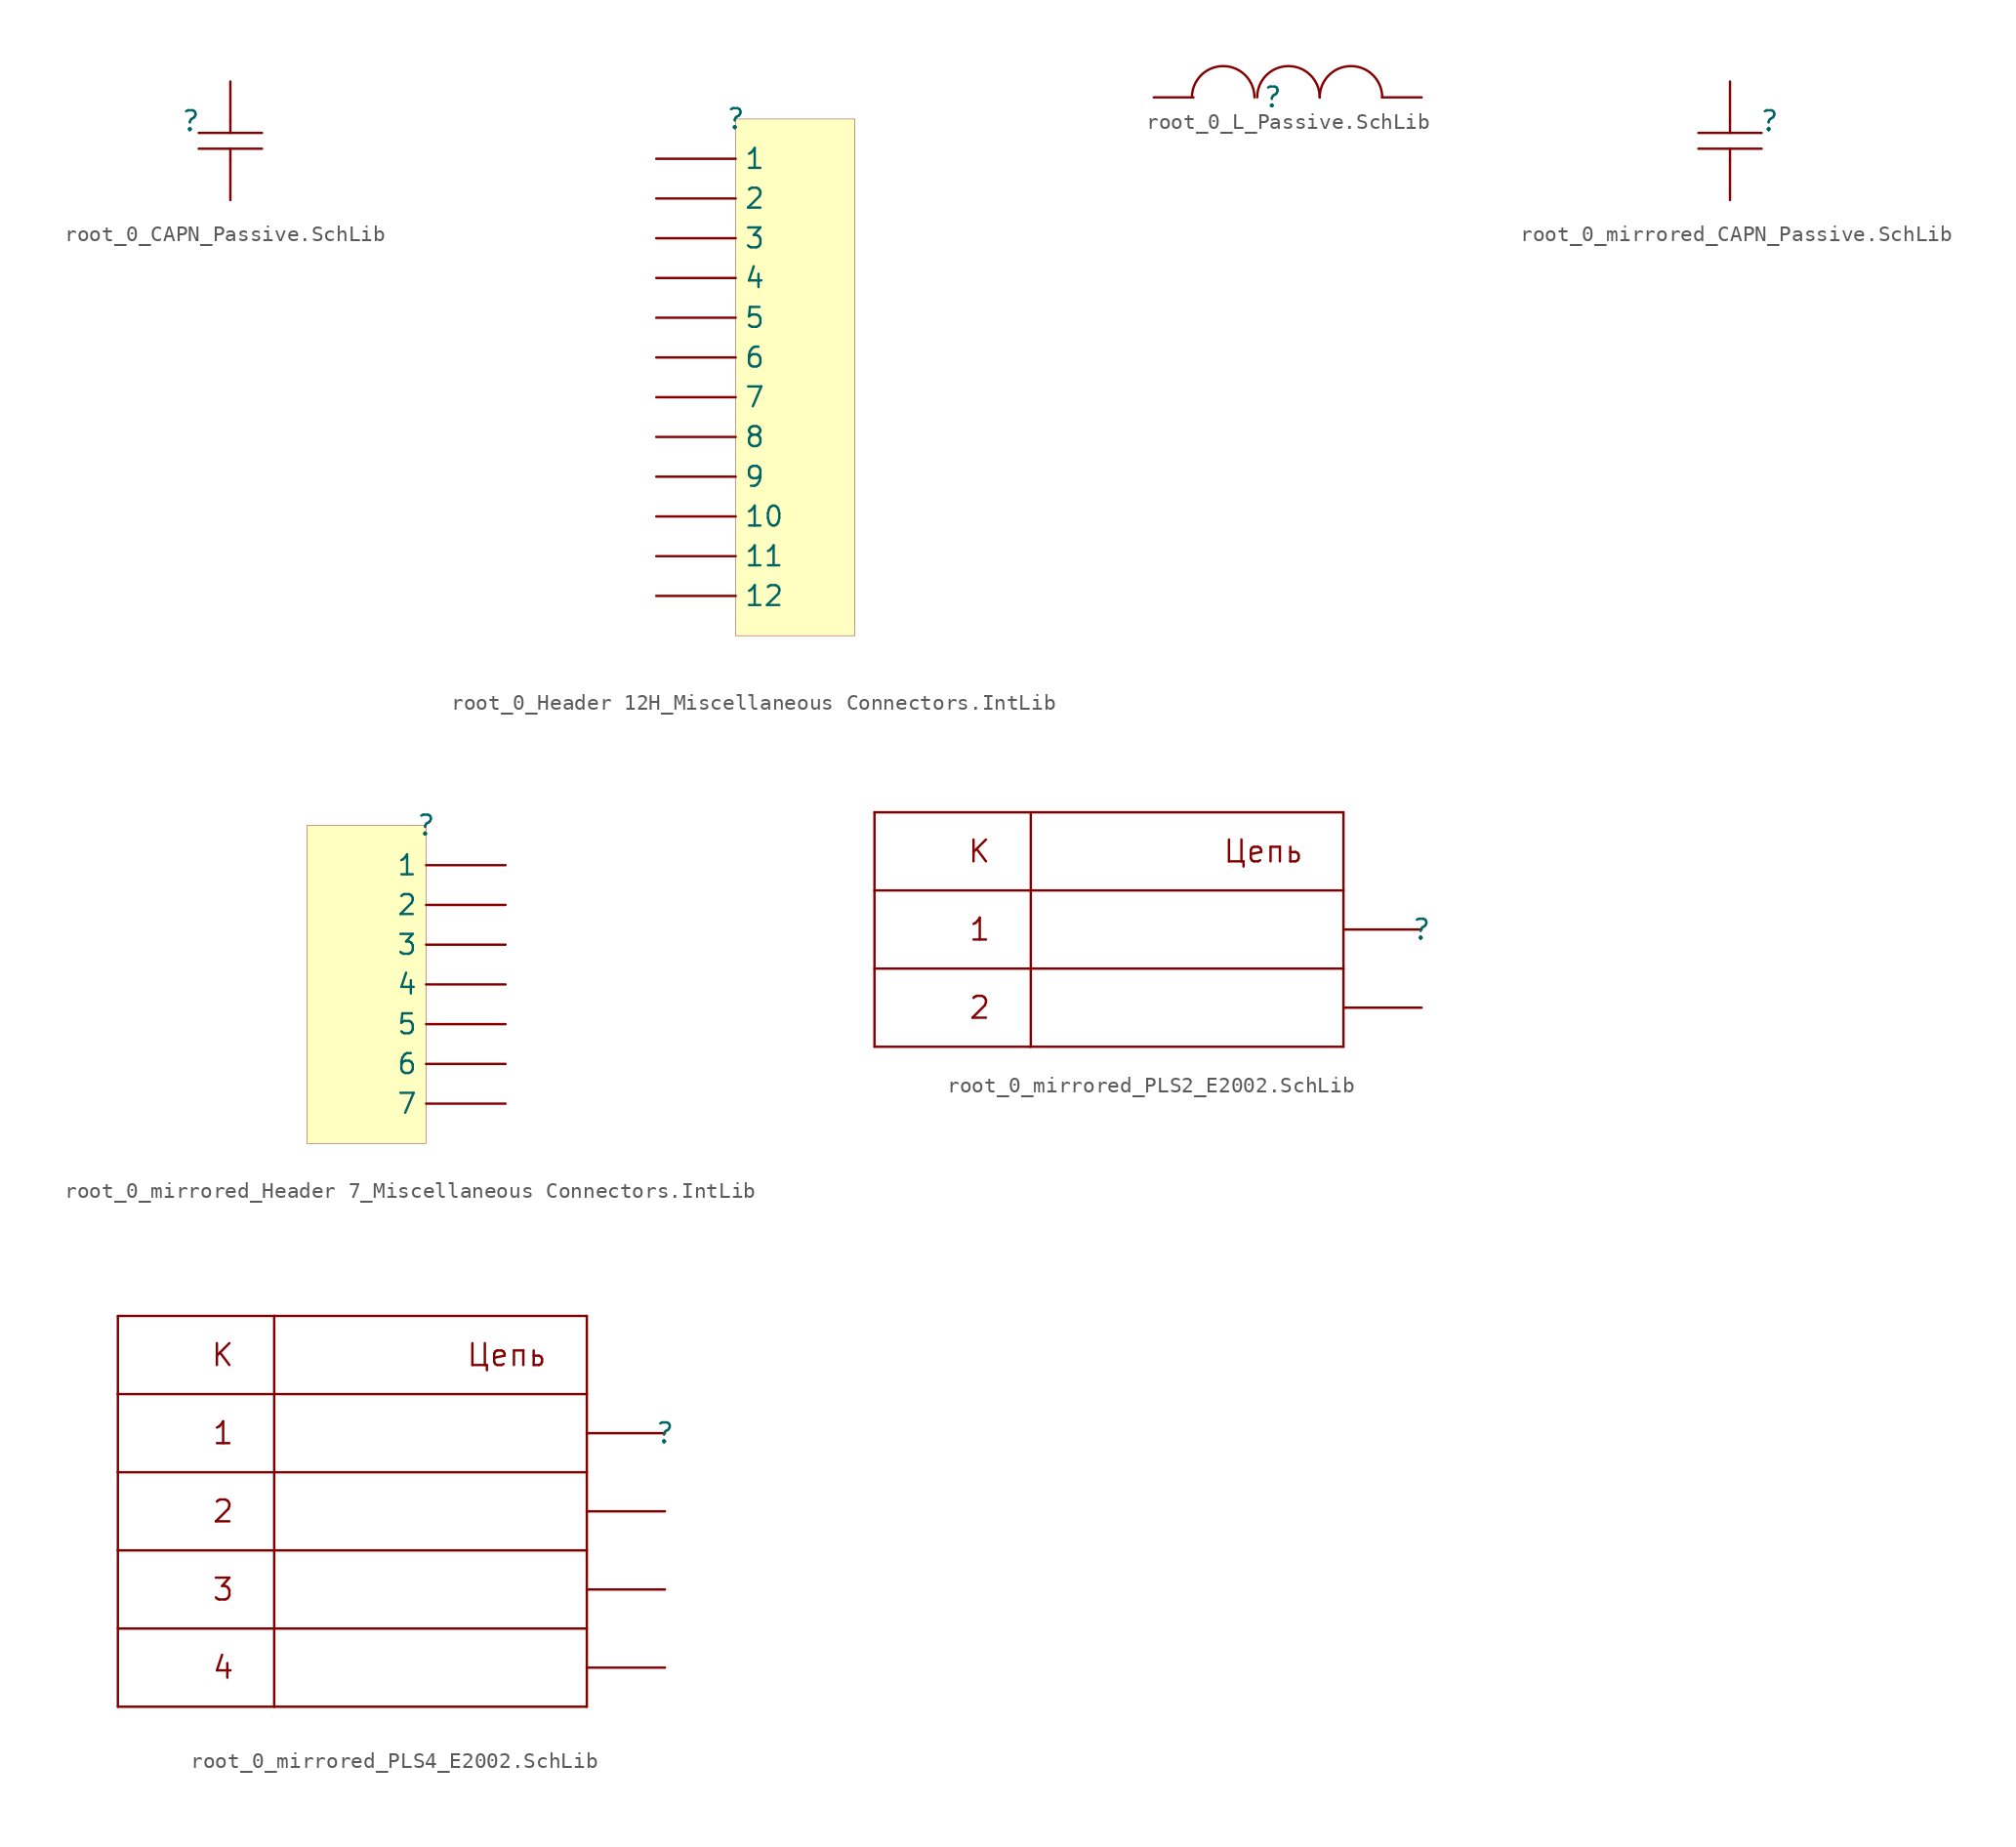
<source format=kicad_sym>
(kicad_symbol_lib
  (version 20241209)
  (generator "kicad_symbol_editor")
  (generator_version "9.0")
  (symbol "root_0_CAPN_Passive.SchLib"
    (pin_numbers
      (hide yes))
    (pin_names
      (hide yes))
    (property "Reference" ""
      (at 0 0 0)
      (effects (font (size 1.27 1.27))))
    (property "Value" ""
      (at 0 0 0)
      (effects (font (size 1.27 1.27))))
    (symbol "root_0_CAPN_Passive.SchLib_1_0"
      (polyline (pts (xy 2.54 0) (xy 2.54 -0.762)) (stroke (width 0) (type solid)) (fill (type none)))
      (polyline (pts (xy 2.54 -2.54) (xy 2.54 -1.778)) (stroke (width 0) (type solid)) (fill (type none)))
      (polyline (pts (xy 4.572 -0.762) (xy 0.508 -0.762)) (stroke (width 0) (type solid)) (fill (type none)))
      (polyline (pts (xy 4.572 -1.778) (xy 0.508 -1.778)) (stroke (width 0) (type solid)) (fill (type none)))
      (pin passive line (at 2.54 2.54 270) (length 2.54) (name "1" (effects (font (size 1.27 1.27)))) (number "1" (effects (font (size 1.27 1.27)))))
      (pin passive line (at 2.54 -5.08 90) (length 2.54) (name "2" (effects (font (size 1.27 1.27)))) (number "2" (effects (font (size 1.27 1.27)))))))
  (symbol "root_0_Header 12H_Miscellaneous Connectors.IntLib"
    (pin_numbers
      (hide yes))
    (property "Reference" ""
      (at 0 0 0)
      (effects (font (size 1.27 1.27))))
    (property "Value" ""
      (at 0 0 0)
      (effects (font (size 1.27 1.27))))
    (symbol "root_0_Header 12H_Miscellaneous Connectors.IntLib_1_0"
      (rectangle (start 7.62 0) (end 0 -33.02) (stroke (width 0.025) (type solid) (color 128 0 0 1)) (fill (type background)))
      (pin passive line (at -5.08 -2.54 0) (length 5.08) (name "1" (effects (font (size 1.27 1.27)))) (number "1" (effects (font (size 1.27 1.27)))))
      (pin passive line (at -5.08 -5.08 0) (length 5.08) (name "2" (effects (font (size 1.27 1.27)))) (number "2" (effects (font (size 1.27 1.27)))))
      (pin passive line (at -5.08 -7.62 0) (length 5.08) (name "3" (effects (font (size 1.27 1.27)))) (number "3" (effects (font (size 1.27 1.27)))))
      (pin passive line (at -5.08 -10.16 0) (length 5.08) (name "4" (effects (font (size 1.27 1.27)))) (number "4" (effects (font (size 1.27 1.27)))))
      (pin passive line (at -5.08 -12.7 0) (length 5.08) (name "5" (effects (font (size 1.27 1.27)))) (number "5" (effects (font (size 1.27 1.27)))))
      (pin passive line (at -5.08 -15.24 0) (length 5.08) (name "6" (effects (font (size 1.27 1.27)))) (number "6" (effects (font (size 1.27 1.27)))))
      (pin passive line (at -5.08 -17.78 0) (length 5.08) (name "7" (effects (font (size 1.27 1.27)))) (number "7" (effects (font (size 1.27 1.27)))))
      (pin passive line (at -5.08 -20.32 0) (length 5.08) (name "8" (effects (font (size 1.27 1.27)))) (number "8" (effects (font (size 1.27 1.27)))))
      (pin passive line (at -5.08 -22.86 0) (length 5.08) (name "9" (effects (font (size 1.27 1.27)))) (number "9" (effects (font (size 1.27 1.27)))))
      (pin passive line (at -5.08 -25.4 0) (length 5.08) (name "10" (effects (font (size 1.27 1.27)))) (number "10" (effects (font (size 1.27 1.27)))))
      (pin passive line (at -5.08 -27.94 0) (length 5.08) (name "11" (effects (font (size 1.27 1.27)))) (number "11" (effects (font (size 1.27 1.27)))))
      (pin passive line (at -5.08 -30.48 0) (length 5.08) (name "12" (effects (font (size 1.27 1.27)))) (number "12" (effects (font (size 1.27 1.27)))))))
  (symbol "root_0_L_Passive.SchLib"
    (pin_numbers
      (hide yes))
    (pin_names
      (hide yes))
    (property "Reference" ""
      (at 0 0 0)
      (effects (font (size 1.27 1.27))))
    (property "Value" ""
      (at 0 0 0)
      (effects (font (size 1.27 1.27))))
    (symbol "root_0_L_Passive.SchLib_1_0"
      (arc (start -5.175 0) (mid -3.175 2) (end -1.175 0) (stroke (width 0) (type solid)) (fill (type none)))
      (arc (start -1 0) (mid 1 2) (end 3 0) (stroke (width 0) (type solid)) (fill (type none)))
      (arc (start 3 0) (mid 5 2) (end 7 0) (stroke (width 0) (type solid)) (fill (type none)))
      (pin passive line (at -7.62 0 0) (length 2.54) (name "1" (effects (font (size 1.27 1.27)))) (number "1" (effects (font (size 1.27 1.27)))))
      (pin passive line (at 9.525 0 180) (length 2.54) (name "2" (effects (font (size 1.27 1.27)))) (number "2" (effects (font (size 1.27 1.27)))))))
  (symbol "root_0_mirrored_CAPN_Passive.SchLib"
    (pin_numbers
      (hide yes))
    (pin_names
      (hide yes))
    (property "Reference" ""
      (at 0 0 0)
      (effects (font (size 1.27 1.27))))
    (property "Value" ""
      (at 0 0 0)
      (effects (font (size 1.27 1.27))))
    (symbol "root_0_mirrored_CAPN_Passive.SchLib_1_0"
      (polyline (pts (xy -4.572 -0.762) (xy -0.508 -0.762)) (stroke (width 0) (type solid)) (fill (type none)))
      (polyline (pts (xy -4.572 -1.778) (xy -0.508 -1.778)) (stroke (width 0) (type solid)) (fill (type none)))
      (polyline (pts (xy -2.54 0) (xy -2.54 -0.762)) (stroke (width 0) (type solid)) (fill (type none)))
      (polyline (pts (xy -2.54 -2.54) (xy -2.54 -1.778)) (stroke (width 0) (type solid)) (fill (type none)))
      (pin passive line (at -2.54 2.54 270) (length 2.54) (name "1" (effects (font (size 1.27 1.27)))) (number "1" (effects (font (size 1.27 1.27)))))
      (pin passive line (at -2.54 -5.08 90) (length 2.54) (name "2" (effects (font (size 1.27 1.27)))) (number "2" (effects (font (size 1.27 1.27)))))))
  (symbol "root_0_mirrored_Header 7_Miscellaneous Connectors.IntLib"
    (pin_numbers
      (hide yes))
    (property "Reference" ""
      (at 0 0 0)
      (effects (font (size 1.27 1.27))))
    (property "Value" ""
      (at 0 0 0)
      (effects (font (size 1.27 1.27))))
    (symbol "root_0_mirrored_Header 7_Miscellaneous Connectors.IntLib_1_0"
      (rectangle (start 0 0) (end -7.62 -20.32) (stroke (width 0.025) (type solid) (color 128 0 0 1)) (fill (type background)))
      (pin passive line (at 5.08 -2.54 180) (length 5.08) (name "1" (effects (font (size 1.27 1.27)))) (number "1" (effects (font (size 1.27 1.27)))))
      (pin passive line (at 5.08 -5.08 180) (length 5.08) (name "2" (effects (font (size 1.27 1.27)))) (number "2" (effects (font (size 1.27 1.27)))))
      (pin passive line (at 5.08 -7.62 180) (length 5.08) (name "3" (effects (font (size 1.27 1.27)))) (number "3" (effects (font (size 1.27 1.27)))))
      (pin passive line (at 5.08 -10.16 180) (length 5.08) (name "4" (effects (font (size 1.27 1.27)))) (number "4" (effects (font (size 1.27 1.27)))))
      (pin passive line (at 5.08 -12.7 180) (length 5.08) (name "5" (effects (font (size 1.27 1.27)))) (number "5" (effects (font (size 1.27 1.27)))))
      (pin passive line (at 5.08 -15.24 180) (length 5.08) (name "6" (effects (font (size 1.27 1.27)))) (number "6" (effects (font (size 1.27 1.27)))))
      (pin passive line (at 5.08 -17.78 180) (length 5.08) (name "7" (effects (font (size 1.27 1.27)))) (number "7" (effects (font (size 1.27 1.27)))))))
  (symbol "root_0_mirrored_PLS2_E2002.SchLib"
    (pin_numbers
      (hide yes))
    (pin_names
      (hide yes))
    (property "Reference" ""
      (at 0 0 0)
      (effects (font (size 1.27 1.27))))
    (property "Value" ""
      (at 0 0 0)
      (effects (font (size 1.27 1.27))))
    (symbol "root_0_mirrored_PLS2_E2002.SchLib_1_0"
      (polyline (pts (xy -35 7.5) (xy -25 7.5)) (stroke (width 0) (type solid)) (fill (type none)))
      (polyline (pts (xy -35 2.5) (xy -35 7.5)) (stroke (width 0) (type solid)) (fill (type none)))
      (polyline (pts (xy -35 2.5) (xy -35 -2.5)) (stroke (width 0) (type solid)) (fill (type none)))
      (polyline (pts (xy -35 -2.5) (xy -35 -7.5)) (stroke (width 0) (type solid)) (fill (type none)))
      (polyline (pts (xy -25 7.5) (xy -25 2.5)) (stroke (width 0) (type solid)) (fill (type none)))
      (polyline (pts (xy -25 2.5) (xy -35 2.5)) (stroke (width 0) (type solid)) (fill (type none)))
      (polyline (pts (xy -25 2.5) (xy -25 -2.5)) (stroke (width 0) (type solid)) (fill (type none)))
      (polyline (pts (xy -25 -2.5) (xy -35 -2.5)) (stroke (width 0) (type solid)) (fill (type none)))
      (polyline (pts (xy -25 -2.5) (xy -25 -7.5)) (stroke (width 0) (type solid)) (fill (type none)))
      (polyline (pts (xy -25 -7.5) (xy -35 -7.5)) (stroke (width 0) (type solid)) (fill (type none)))
      (polyline (pts (xy -5 7.5) (xy -25 7.5)) (stroke (width 0) (type solid)) (fill (type none)))
      (polyline (pts (xy -5 7.5) (xy -5 2.5)) (stroke (width 0) (type solid)) (fill (type none)))
      (polyline (pts (xy -5 2.5) (xy -25 2.5)) (stroke (width 0) (type solid)) (fill (type none)))
      (polyline (pts (xy -5 2.5) (xy -5 -2.5)) (stroke (width 0) (type solid)) (fill (type none)))
      (polyline (pts (xy -5 -2.5) (xy -25 -2.5)) (stroke (width 0) (type solid)) (fill (type none)))
      (polyline (pts (xy -5 -2.5) (xy -5 -7.5)) (stroke (width 0) (type solid)) (fill (type none)))
      (polyline (pts (xy -5 -7.5) (xy -25 -7.5)) (stroke (width 0) (type solid)) (fill (type none)))
      (text "К" (at -27.5 5 0) (effects (font (size 1.397 1.397)) (justify right)))
      (text "1" (at -27.5 0 0) (effects (font (size 1.397 1.397)) (justify right)))
      (text "2" (at -27.5 -5 0) (effects (font (size 1.397 1.397)) (justify right)))
      (text "Цепь" (at -7.5 5 0) (effects (font (size 1.397 1.397)) (justify right)))
      (pin passive line (at 0 0 180) (length 5) (name "1" (effects (font (size 1.27 1.27)))) (number "1" (effects (font (size 1.27 1.27)))))
      (pin passive line (at 0 -5 180) (length 5) (name "2" (effects (font (size 1.27 1.27)))) (number "2" (effects (font (size 1.27 1.27)))))))
  (symbol "root_0_mirrored_PLS4_E2002.SchLib"
    (pin_numbers
      (hide yes))
    (pin_names
      (hide yes))
    (property "Reference" ""
      (at 0 0 0)
      (effects (font (size 1.27 1.27))))
    (property "Value" ""
      (at 0 0 0)
      (effects (font (size 1.27 1.27))))
    (symbol "root_0_mirrored_PLS4_E2002.SchLib_1_0"
      (polyline (pts (xy -35 7.5) (xy -25 7.5)) (stroke (width 0) (type solid)) (fill (type none)))
      (polyline (pts (xy -35 2.5) (xy -35 7.5)) (stroke (width 0) (type solid)) (fill (type none)))
      (polyline (pts (xy -35 2.5) (xy -35 -2.5)) (stroke (width 0) (type solid)) (fill (type none)))
      (polyline (pts (xy -35 -2.5) (xy -35 -7.5)) (stroke (width 0) (type solid)) (fill (type none)))
      (polyline (pts (xy -35 -17.5) (xy -35 -7.5)) (stroke (width 0) (type solid)) (fill (type none)))
      (polyline (pts (xy -25 7.5) (xy -25 2.5)) (stroke (width 0) (type solid)) (fill (type none)))
      (polyline (pts (xy -25 2.5) (xy -35 2.5)) (stroke (width 0) (type solid)) (fill (type none)))
      (polyline (pts (xy -25 2.5) (xy -25 -2.5)) (stroke (width 0) (type solid)) (fill (type none)))
      (polyline (pts (xy -25 -2.5) (xy -35 -2.5)) (stroke (width 0) (type solid)) (fill (type none)))
      (polyline (pts (xy -25 -2.5) (xy -25 -7.5)) (stroke (width 0) (type solid)) (fill (type none)))
      (polyline (pts (xy -25 -7.5) (xy -35 -7.5)) (stroke (width 0) (type solid)) (fill (type none)))
      (polyline (pts (xy -25 -17.5) (xy -25 -7.5)) (stroke (width 0) (type solid)) (fill (type none)))
      (polyline (pts (xy -5 7.5) (xy -25 7.5)) (stroke (width 0) (type solid)) (fill (type none)))
      (polyline (pts (xy -5 7.5) (xy -5 2.5)) (stroke (width 0) (type solid)) (fill (type none)))
      (polyline (pts (xy -5 2.5) (xy -25 2.5)) (stroke (width 0) (type solid)) (fill (type none)))
      (polyline (pts (xy -5 2.5) (xy -5 -2.5)) (stroke (width 0) (type solid)) (fill (type none)))
      (polyline (pts (xy -5 -2.5) (xy -25 -2.5)) (stroke (width 0) (type solid)) (fill (type none)))
      (polyline (pts (xy -5 -2.5) (xy -5 -7.5)) (stroke (width 0) (type solid)) (fill (type none)))
      (polyline (pts (xy -5 -7.5) (xy -25 -7.5)) (stroke (width 0) (type solid)) (fill (type none)))
      (polyline (pts (xy -5 -7.5) (xy -5 -17.5)) (stroke (width 0) (type solid)) (fill (type none)))
      (polyline (pts (xy -5 -12.5) (xy -35 -12.5)) (stroke (width 0) (type solid)) (fill (type none)))
      (polyline (pts (xy -5 -17.5) (xy -35 -17.5)) (stroke (width 0) (type solid)) (fill (type none)))
      (text "К" (at -27.5 5 0) (effects (font (size 1.397 1.397)) (justify right)))
      (text "1" (at -27.5 0 0) (effects (font (size 1.397 1.397)) (justify right)))
      (text "2" (at -27.5 -5 0) (effects (font (size 1.397 1.397)) (justify right)))
      (text "3" (at -27.5 -10 0) (effects (font (size 1.397 1.397)) (justify right)))
      (text "4" (at -27.5 -15 0) (effects (font (size 1.397 1.397)) (justify right)))
      (text "Цепь" (at -7.5 5 0) (effects (font (size 1.397 1.397)) (justify right)))
      (pin passive line (at 0 0 180) (length 5) (name "1" (effects (font (size 1.27 1.27)))) (number "1" (effects (font (size 1.27 1.27)))))
      (pin passive line (at 0 -5 180) (length 5) (name "2" (effects (font (size 1.27 1.27)))) (number "2" (effects (font (size 1.27 1.27)))))
      (pin passive line (at 0 -10 180) (length 5) (name "3" (effects (font (size 1.27 1.27)))) (number "3" (effects (font (size 1.27 1.27)))))
      (pin passive line (at 0 -15 180) (length 5) (name "4" (effects (font (size 1.27 1.27)))) (number "4" (effects (font (size 1.27 1.27))))))))
</source>
